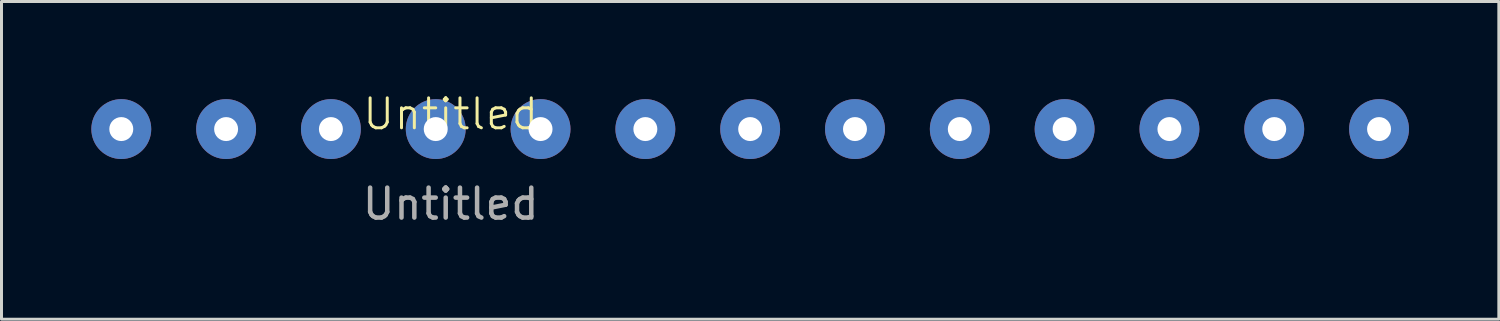
<source format=kicad_pcb>
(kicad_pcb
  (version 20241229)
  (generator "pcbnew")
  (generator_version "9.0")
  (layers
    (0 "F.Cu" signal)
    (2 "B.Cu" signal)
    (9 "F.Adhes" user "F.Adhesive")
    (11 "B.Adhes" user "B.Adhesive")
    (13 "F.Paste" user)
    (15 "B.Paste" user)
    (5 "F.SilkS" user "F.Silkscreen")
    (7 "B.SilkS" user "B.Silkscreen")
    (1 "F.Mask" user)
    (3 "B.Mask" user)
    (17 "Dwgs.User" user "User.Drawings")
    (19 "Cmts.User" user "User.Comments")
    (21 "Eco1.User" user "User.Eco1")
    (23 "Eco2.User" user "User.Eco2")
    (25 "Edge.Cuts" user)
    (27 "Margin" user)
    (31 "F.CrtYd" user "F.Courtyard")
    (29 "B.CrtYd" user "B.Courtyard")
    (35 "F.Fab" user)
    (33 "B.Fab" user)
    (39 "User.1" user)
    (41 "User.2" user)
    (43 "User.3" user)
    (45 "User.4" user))
  (footprint "Untitled"
    (layer "F.Cu")
    (at 12 1.26)
    (property "Reference" "Untitled" (at 0 -0.5 0) (unlocked yes) (layer "F.SilkS") (effects (font (size 1 1) (thickness 0.1))))
    (attr through_hole)
    (fp_text user "${REFERENCE}" (at 0 2.5 0) (unlocked yes) (layer "F.Fab") (effects (font (size 1 1) (thickness 0.15))))
    (pad "1" thru_hole circle (at -11 0) (size 2 2) (drill 0.8) (layers "*.Cu" "*.Mask"))
    (pad "2" thru_hole circle (at -7.5 0) (size 2 2) (drill 0.8) (layers "*.Cu" "*.Mask"))
    (pad "3" thru_hole circle (at -4 0) (size 2 2) (drill 0.8) (layers "*.Cu" "*.Mask"))
    (pad "4" thru_hole circle (at -0.5 0) (size 2 2) (drill 0.8) (layers "*.Cu" "*.Mask"))
    (pad "5" thru_hole circle (at 3 0) (size 2 2) (drill 0.8) (layers "*.Cu" "*.Mask"))
    (pad "6" thru_hole circle (at 6.5 0) (size 2 2) (drill 0.8) (layers "*.Cu" "*.Mask"))
    (pad "7" thru_hole circle (at 10 0) (size 2 2) (drill 0.8) (layers "*.Cu" "*.Mask"))
    (pad "8" thru_hole circle (at 13.5 0) (size 2 2) (drill 0.8) (layers "*.Cu" "*.Mask"))
    (pad "9" thru_hole circle (at 17 0) (size 2 2) (drill 0.8) (layers "*.Cu" "*.Mask"))
    (pad "10" thru_hole circle (at 20.5 0) (size 2 2) (drill 0.8) (layers "*.Cu" "*.Mask"))
    (pad "11" thru_hole circle (at 24 0) (size 2 2) (drill 0.8) (layers "*.Cu" "*.Mask"))
    (pad "12" thru_hole circle (at 27.5 0) (size 2 2) (drill 0.8) (layers "*.Cu" "*.Mask"))
    (pad "13" thru_hole circle (at 31 0) (size 2 2) (drill 0.8) (layers "*.Cu" "*.Mask")))
  (gr_rect
    (start -3 -3)
    (end 47 7.609)
    (stroke (width 0.1) (type default))
    (fill no)
    (layer "Edge.Cuts")))
</source>
